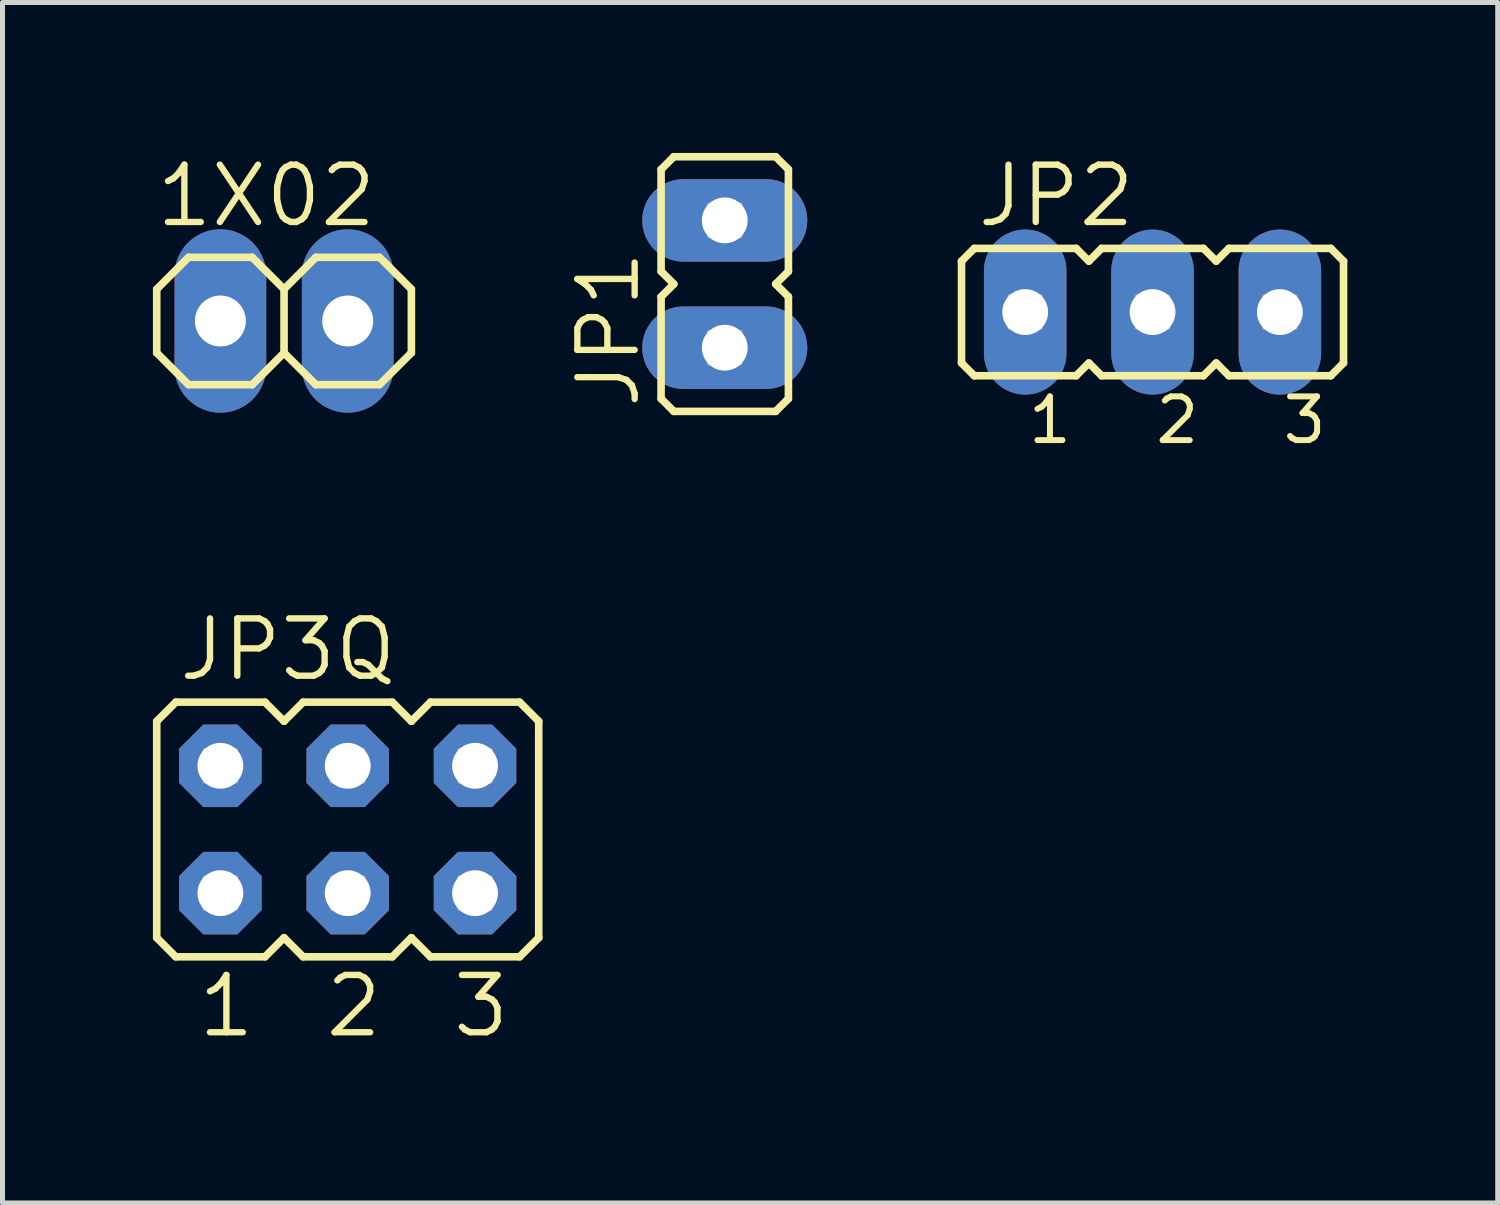
<source format=kicad_pcb>
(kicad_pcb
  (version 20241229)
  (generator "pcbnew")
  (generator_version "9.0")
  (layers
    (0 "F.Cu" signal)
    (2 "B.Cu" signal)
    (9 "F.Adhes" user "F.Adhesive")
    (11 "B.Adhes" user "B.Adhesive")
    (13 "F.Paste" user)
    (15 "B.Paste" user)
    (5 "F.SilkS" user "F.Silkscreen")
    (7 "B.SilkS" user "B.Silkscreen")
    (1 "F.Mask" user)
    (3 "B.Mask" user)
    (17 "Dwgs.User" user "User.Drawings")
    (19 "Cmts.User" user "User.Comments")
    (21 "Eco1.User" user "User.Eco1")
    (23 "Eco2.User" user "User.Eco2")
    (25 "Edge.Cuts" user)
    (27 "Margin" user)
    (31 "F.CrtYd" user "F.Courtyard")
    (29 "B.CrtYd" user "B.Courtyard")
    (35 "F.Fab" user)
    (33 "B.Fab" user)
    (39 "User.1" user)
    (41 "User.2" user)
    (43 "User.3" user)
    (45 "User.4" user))
  (footprint "JP2"
    (layer "F.Cu")
    (at 19.94 3.175)
    (property "Reference" "JP2" (at -3.556 -1.651 0) (layer "F.SilkS") (effects (font (size 1.143 1.143) (thickness 0.127)) (justify left bottom)))
    (fp_line (start -3.81 -1.016) (end -3.556 -1.27) (stroke (width 0.152) (type solid)) (layer "F.SilkS"))
    (fp_line (start -3.81 1.016) (end -3.81 -1.016) (stroke (width 0.152) (type solid)) (layer "F.SilkS"))
    (fp_line (start -3.81 1.016) (end -3.556 1.27) (stroke (width 0.152) (type solid)) (layer "F.SilkS"))
    (fp_line (start -1.524 -1.27) (end -3.556 -1.27) (stroke (width 0.152) (type solid)) (layer "F.SilkS"))
    (fp_line (start -1.524 -1.27) (end -1.27 -1.016) (stroke (width 0.152) (type solid)) (layer "F.SilkS"))
    (fp_line (start -1.524 1.27) (end -3.556 1.27) (stroke (width 0.152) (type solid)) (layer "F.SilkS"))
    (fp_line (start -1.524 1.27) (end -1.27 1.016) (stroke (width 0.152) (type solid)) (layer "F.SilkS"))
    (fp_line (start -1.27 -1.016) (end -1.016 -1.27) (stroke (width 0.152) (type solid)) (layer "F.SilkS"))
    (fp_line (start -1.27 1.016) (end -1.016 1.27) (stroke (width 0.152) (type solid)) (layer "F.SilkS"))
    (fp_line (start 1.016 -1.27) (end -1.016 -1.27) (stroke (width 0.152) (type solid)) (layer "F.SilkS"))
    (fp_line (start 1.016 -1.27) (end 1.27 -1.016) (stroke (width 0.152) (type solid)) (layer "F.SilkS"))
    (fp_line (start 1.016 1.27) (end -1.016 1.27) (stroke (width 0.152) (type solid)) (layer "F.SilkS"))
    (fp_line (start 1.016 1.27) (end 1.27 1.016) (stroke (width 0.152) (type solid)) (layer "F.SilkS"))
    (fp_line (start 1.27 -1.016) (end 1.524 -1.27) (stroke (width 0.152) (type solid)) (layer "F.SilkS"))
    (fp_line (start 1.27 1.016) (end 1.524 1.27) (stroke (width 0.152) (type solid)) (layer "F.SilkS"))
    (fp_line (start 3.556 -1.27) (end 1.524 -1.27) (stroke (width 0.152) (type solid)) (layer "F.SilkS"))
    (fp_line (start 3.556 -1.27) (end 3.81 -1.016) (stroke (width 0.152) (type solid)) (layer "F.SilkS"))
    (fp_line (start 3.556 1.27) (end 1.524 1.27) (stroke (width 0.152) (type solid)) (layer "F.SilkS"))
    (fp_line (start 3.556 1.27) (end 3.81 1.016) (stroke (width 0.152) (type solid)) (layer "F.SilkS"))
    (fp_line (start 3.81 -1.016) (end 3.81 1.016) (stroke (width 0.152) (type solid)) (layer "F.SilkS"))
    (fp_poly (pts (xy -2.845 0.305) (xy -2.235 0.305) (xy -2.235 -0.305) (xy -2.845 -0.305)) (stroke (width 0.1) (type default)) (fill no) (layer "F.Fab"))
    (fp_poly (pts (xy -0.305 0.305) (xy 0.305 0.305) (xy 0.305 -0.305) (xy -0.305 -0.305)) (stroke (width 0.1) (type default)) (fill no) (layer "F.Fab"))
    (fp_poly (pts (xy 2.235 0.305) (xy 2.845 0.305) (xy 2.845 -0.305) (xy 2.235 -0.305)) (stroke (width 0.1) (type default)) (fill no) (layer "F.Fab"))
    (fp_text user "2" (at 0 2.667 0) (layer "F.SilkS") (effects (font (size 0.872 0.872) (thickness 0.119)) (justify left bottom)))
    (fp_text user "1" (at -2.54 2.667 0) (layer "F.SilkS") (effects (font (size 0.872 0.872) (thickness 0.119)) (justify left bottom)))
    (fp_text user "3" (at 2.54 2.667 0) (layer "F.SilkS") (effects (font (size 0.872 0.872) (thickness 0.119)) (justify left bottom)))
    (pad "1" thru_hole oval (at -2.54 0 90) (size 3.292 1.646) (drill 0.914) (layers "*.Cu" "*.Mask"))
    (pad "2" thru_hole oval (at 0 0 90) (size 3.292 1.646) (drill 0.914) (layers "*.Cu" "*.Mask"))
    (pad "3" thru_hole oval (at 2.54 0 90) (size 3.292 1.646) (drill 0.914) (layers "*.Cu" "*.Mask")))
  (footprint "JP3Q"
    (layer "F.Cu")
    (at 3.886 13.496)
    (property "Reference" "JP3Q" (at -3.429 -2.921 0) (layer "F.SilkS") (effects (font (size 1.143 1.143) (thickness 0.127)) (justify left bottom)))
    (fp_line (start -3.81 -2.159) (end -3.429 -2.54) (stroke (width 0.152) (type solid)) (layer "F.SilkS"))
    (fp_line (start -3.81 2.159) (end -3.81 -2.159) (stroke (width 0.152) (type solid)) (layer "F.SilkS"))
    (fp_line (start -3.81 2.159) (end -3.429 2.54) (stroke (width 0.152) (type solid)) (layer "F.SilkS"))
    (fp_line (start -3.429 -2.54) (end -1.651 -2.54) (stroke (width 0.152) (type solid)) (layer "F.SilkS"))
    (fp_line (start -3.429 2.54) (end -1.651 2.54) (stroke (width 0.152) (type solid)) (layer "F.SilkS"))
    (fp_line (start -1.651 -2.54) (end -1.27 -2.159) (stroke (width 0.152) (type solid)) (layer "F.SilkS"))
    (fp_line (start -1.27 -2.159) (end -0.889 -2.54) (stroke (width 0.152) (type solid)) (layer "F.SilkS"))
    (fp_line (start -1.27 2.159) (end -1.651 2.54) (stroke (width 0.152) (type solid)) (layer "F.SilkS"))
    (fp_line (start -1.27 2.159) (end -0.889 2.54) (stroke (width 0.152) (type solid)) (layer "F.SilkS"))
    (fp_line (start -0.889 -2.54) (end 0.889 -2.54) (stroke (width 0.152) (type solid)) (layer "F.SilkS"))
    (fp_line (start 0.889 2.54) (end -0.889 2.54) (stroke (width 0.152) (type solid)) (layer "F.SilkS"))
    (fp_line (start 1.27 -2.159) (end 0.889 -2.54) (stroke (width 0.152) (type solid)) (layer "F.SilkS"))
    (fp_line (start 1.27 -2.159) (end 1.651 -2.54) (stroke (width 0.152) (type solid)) (layer "F.SilkS"))
    (fp_line (start 1.27 2.159) (end 0.889 2.54) (stroke (width 0.152) (type solid)) (layer "F.SilkS"))
    (fp_line (start 1.27 2.159) (end 1.651 2.54) (stroke (width 0.152) (type solid)) (layer "F.SilkS"))
    (fp_line (start 1.651 -2.54) (end 3.429 -2.54) (stroke (width 0.152) (type solid)) (layer "F.SilkS"))
    (fp_line (start 3.429 2.54) (end 1.651 2.54) (stroke (width 0.152) (type solid)) (layer "F.SilkS"))
    (fp_line (start 3.429 2.54) (end 3.81 2.159) (stroke (width 0.152) (type solid)) (layer "F.SilkS"))
    (fp_line (start 3.81 -2.159) (end 3.429 -2.54) (stroke (width 0.152) (type solid)) (layer "F.SilkS"))
    (fp_line (start 3.81 -2.159) (end 3.81 2.159) (stroke (width 0.152) (type solid)) (layer "F.SilkS"))
    (fp_poly (pts (xy -2.845 -0.965) (xy -2.235 -0.965) (xy -2.235 -1.575) (xy -2.845 -1.575)) (stroke (width 0.1) (type default)) (fill no) (layer "F.Fab"))
    (fp_poly (pts (xy -2.845 1.575) (xy -2.235 1.575) (xy -2.235 0.965) (xy -2.845 0.965)) (stroke (width 0.1) (type default)) (fill no) (layer "F.Fab"))
    (fp_poly (pts (xy -0.305 -0.965) (xy 0.305 -0.965) (xy 0.305 -1.575) (xy -0.305 -1.575)) (stroke (width 0.1) (type default)) (fill no) (layer "F.Fab"))
    (fp_poly (pts (xy -0.305 1.575) (xy 0.305 1.575) (xy 0.305 0.965) (xy -0.305 0.965)) (stroke (width 0.1) (type default)) (fill no) (layer "F.Fab"))
    (fp_poly (pts (xy 2.235 -0.965) (xy 2.845 -0.965) (xy 2.845 -1.575) (xy 2.235 -1.575)) (stroke (width 0.1) (type default)) (fill no) (layer "F.Fab"))
    (fp_poly (pts (xy 2.235 1.575) (xy 2.845 1.575) (xy 2.845 0.965) (xy 2.235 0.965)) (stroke (width 0.1) (type default)) (fill no) (layer "F.Fab"))
    (fp_text user "1" (at -3.048 4.191 0) (layer "F.SilkS") (effects (font (size 1.143 1.143) (thickness 0.127)) (justify left bottom)))
    (fp_text user "2" (at -0.508 4.191 0) (layer "F.SilkS") (effects (font (size 1.143 1.143) (thickness 0.127)) (justify left bottom)))
    (fp_text user "3" (at 2.032 4.191 0) (layer "F.SilkS") (effects (font (size 1.143 1.143) (thickness 0.127)) (justify left bottom)))
    (pad "1" thru_hole roundrect (at -2.54 1.27) (size 1.646 1.646) (drill 0.914) (layers "*.Cu" "*.Mask") (roundrect_rratio 0.25) (chamfer_ratio 0.293) (chamfer top_left top_right bottom_left bottom_right))
    (pad "2" thru_hole roundrect (at -2.54 -1.27) (size 1.646 1.646) (drill 0.914) (layers "*.Cu" "*.Mask") (roundrect_rratio 0.25) (chamfer_ratio 0.293) (chamfer top_left top_right bottom_left bottom_right))
    (pad "3" thru_hole roundrect (at 0 1.27) (size 1.646 1.646) (drill 0.914) (layers "*.Cu" "*.Mask") (roundrect_rratio 0.25) (chamfer_ratio 0.293) (chamfer top_left top_right bottom_left bottom_right))
    (pad "4" thru_hole roundrect (at 0 -1.27) (size 1.646 1.646) (drill 0.914) (layers "*.Cu" "*.Mask") (roundrect_rratio 0.25) (chamfer_ratio 0.293) (chamfer top_left top_right bottom_left bottom_right))
    (pad "5" thru_hole roundrect (at 2.54 1.27) (size 1.646 1.646) (drill 0.914) (layers "*.Cu" "*.Mask") (roundrect_rratio 0.25) (chamfer_ratio 0.293) (chamfer top_left top_right bottom_left bottom_right))
    (pad "6" thru_hole roundrect (at 2.54 -1.27) (size 1.646 1.646) (drill 0.914) (layers "*.Cu" "*.Mask") (roundrect_rratio 0.25) (chamfer_ratio 0.293) (chamfer top_left top_right bottom_left bottom_right)))
  (footprint "1X02"
    (layer "F.Cu")
    (at 2.616 3.353)
    (property "Reference" "1X02" (at -2.616 -1.829 0) (layer "F.SilkS") (effects (font (size 1.143 1.143) (thickness 0.127)) (justify left bottom)))
    (fp_line (start -2.54 -0.635) (end -2.54 0.635) (stroke (width 0.152) (type solid)) (layer "F.SilkS"))
    (fp_line (start -2.54 0.635) (end -1.905 1.27) (stroke (width 0.152) (type solid)) (layer "F.SilkS"))
    (fp_line (start -1.905 -1.27) (end -2.54 -0.635) (stroke (width 0.152) (type solid)) (layer "F.SilkS"))
    (fp_line (start -1.905 -1.27) (end -0.635 -1.27) (stroke (width 0.152) (type solid)) (layer "F.SilkS"))
    (fp_line (start -0.635 -1.27) (end 0 -0.635) (stroke (width 0.152) (type solid)) (layer "F.SilkS"))
    (fp_line (start -0.635 1.27) (end -1.905 1.27) (stroke (width 0.152) (type solid)) (layer "F.SilkS"))
    (fp_line (start 0 -0.635) (end 0 0.635) (stroke (width 0.152) (type solid)) (layer "F.SilkS"))
    (fp_line (start 0 -0.635) (end 0.635 -1.27) (stroke (width 0.152) (type solid)) (layer "F.SilkS"))
    (fp_line (start 0 0.635) (end -0.635 1.27) (stroke (width 0.152) (type solid)) (layer "F.SilkS"))
    (fp_line (start 0.635 -1.27) (end 1.905 -1.27) (stroke (width 0.152) (type solid)) (layer "F.SilkS"))
    (fp_line (start 0.635 1.27) (end 0 0.635) (stroke (width 0.152) (type solid)) (layer "F.SilkS"))
    (fp_line (start 1.905 -1.27) (end 2.54 -0.635) (stroke (width 0.152) (type solid)) (layer "F.SilkS"))
    (fp_line (start 1.905 1.27) (end 0.635 1.27) (stroke (width 0.152) (type solid)) (layer "F.SilkS"))
    (fp_line (start 2.54 -0.635) (end 2.54 0.635) (stroke (width 0.152) (type solid)) (layer "F.SilkS"))
    (fp_line (start 2.54 0.635) (end 1.905 1.27) (stroke (width 0.152) (type solid)) (layer "F.SilkS"))
    (fp_poly (pts (xy -1.524 0.254) (xy -1.016 0.254) (xy -1.016 -0.254) (xy -1.524 -0.254)) (stroke (width 0.1) (type default)) (fill no) (layer "F.Fab"))
    (fp_poly (pts (xy 1.016 0.254) (xy 1.524 0.254) (xy 1.524 -0.254) (xy 1.016 -0.254)) (stroke (width 0.1) (type default)) (fill no) (layer "F.Fab"))
    (pad "1" thru_hole oval (at -1.27 0 90) (size 3.658 1.829) (drill 1.016) (layers "*.Cu" "*.Mask"))
    (pad "2" thru_hole oval (at 1.27 0 90) (size 3.658 1.829) (drill 1.016) (layers "*.Cu" "*.Mask")))
  (footprint "JP1"
    (layer "F.Cu")
    (at 11.407 2.616)
    (property "Reference" "JP1" (at -1.651 2.54 90) (layer "F.SilkS") (effects (font (size 1.143 1.143) (thickness 0.127)) (justify left bottom)))
    (fp_line (start -1.27 -2.286) (end -1.27 -0.254) (stroke (width 0.152) (type solid)) (layer "F.SilkS"))
    (fp_line (start -1.27 -2.286) (end -1.016 -2.54) (stroke (width 0.152) (type solid)) (layer "F.SilkS"))
    (fp_line (start -1.27 0.254) (end -1.27 2.286) (stroke (width 0.152) (type solid)) (layer "F.SilkS"))
    (fp_line (start -1.016 0) (end -1.27 -0.254) (stroke (width 0.152) (type solid)) (layer "F.SilkS"))
    (fp_line (start -1.016 0) (end -1.27 0.254) (stroke (width 0.152) (type solid)) (layer "F.SilkS"))
    (fp_line (start -1.016 2.54) (end -1.27 2.286) (stroke (width 0.152) (type solid)) (layer "F.SilkS"))
    (fp_line (start -1.016 2.54) (end 1.016 2.54) (stroke (width 0.152) (type solid)) (layer "F.SilkS"))
    (fp_line (start 1.016 -2.54) (end -1.016 -2.54) (stroke (width 0.152) (type solid)) (layer "F.SilkS"))
    (fp_line (start 1.016 0) (end 1.27 -0.254) (stroke (width 0.152) (type solid)) (layer "F.SilkS"))
    (fp_line (start 1.016 0) (end 1.27 0.254) (stroke (width 0.152) (type solid)) (layer "F.SilkS"))
    (fp_line (start 1.016 2.54) (end 1.27 2.286) (stroke (width 0.152) (type solid)) (layer "F.SilkS"))
    (fp_line (start 1.27 -2.286) (end 1.016 -2.54) (stroke (width 0.152) (type solid)) (layer "F.SilkS"))
    (fp_line (start 1.27 -2.286) (end 1.27 -0.254) (stroke (width 0.152) (type solid)) (layer "F.SilkS"))
    (fp_line (start 1.27 0.254) (end 1.27 2.286) (stroke (width 0.152) (type solid)) (layer "F.SilkS"))
    (fp_poly (pts (xy -0.305 -0.965) (xy 0.305 -0.965) (xy 0.305 -1.575) (xy -0.305 -1.575)) (stroke (width 0.1) (type default)) (fill no) (layer "F.Fab"))
    (fp_poly (pts (xy -0.305 1.575) (xy 0.305 1.575) (xy 0.305 0.965) (xy -0.305 0.965)) (stroke (width 0.1) (type default)) (fill no) (layer "F.Fab"))
    (pad "1" thru_hole oval (at 0 1.27) (size 3.292 1.646) (drill 0.914) (layers "*.Cu" "*.Mask"))
    (pad "2" thru_hole oval (at 0 -1.27) (size 3.292 1.646) (drill 0.914) (layers "*.Cu" "*.Mask")))
  (gr_rect
    (start -3 -3)
    (end 26.826 20.946)
    (stroke (width 0.1) (type default))
    (fill no)
    (layer "Edge.Cuts")))
</source>
